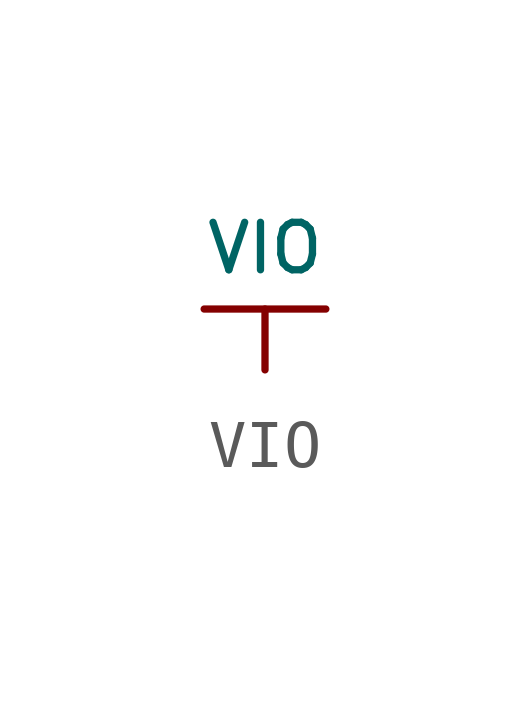
<source format=kicad_sym>
(kicad_symbol_lib
  (version 20220914)
  (generator kicad_symbol_editor)
  (symbol "VIO"
    (power)
    (pin_numbers hide)
    (pin_names
      (offset 0) hide)
    (property "Reference" "#PWR"
      (at 0 -2.54 0)
      (effects (font (size 1.524 1.524)) hide))
    (property "Value" "VIO"
      (at 0 1.27 0)
      (effects (font (size 0.991 0.991))))
    (property "Footprint" ""
      (at 0 0 0)
      (effects (font (size 1.524 1.524))))
    (property "Datasheet" ""
      (at 0 0 0)
      (effects (font (size 1.524 1.524))))
    (symbol "VIO_0_1"
      (polyline (pts (xy -1.27 0) (xy 1.27 0)) (stroke (width 0) (type default)) (fill (type none))))
    (symbol "VIO_1_1"
      (pin power_in line (at 0 -1.27 90) (length 1.27) (name "VIO" (effects (font (size 1.27 1.27)))) (number "1" (effects (font (size 1.27 1.27))))))))
</source>
